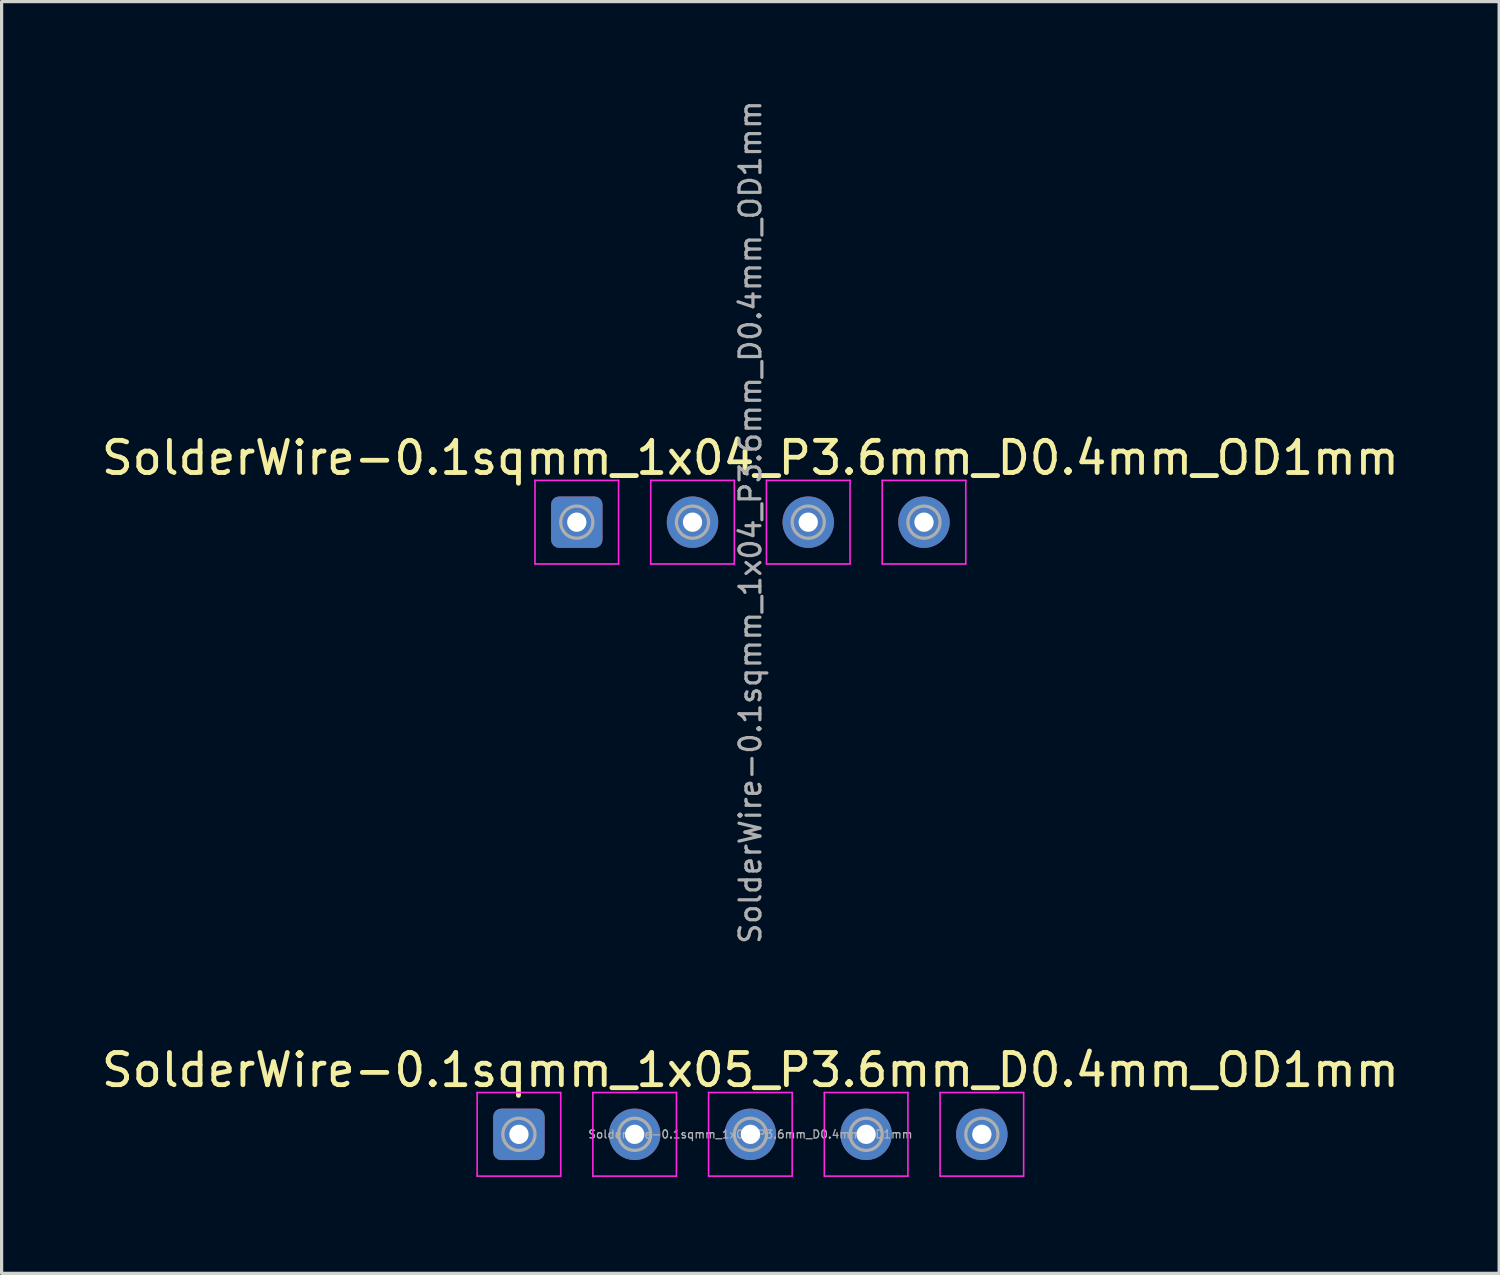
<source format=kicad_pcb>
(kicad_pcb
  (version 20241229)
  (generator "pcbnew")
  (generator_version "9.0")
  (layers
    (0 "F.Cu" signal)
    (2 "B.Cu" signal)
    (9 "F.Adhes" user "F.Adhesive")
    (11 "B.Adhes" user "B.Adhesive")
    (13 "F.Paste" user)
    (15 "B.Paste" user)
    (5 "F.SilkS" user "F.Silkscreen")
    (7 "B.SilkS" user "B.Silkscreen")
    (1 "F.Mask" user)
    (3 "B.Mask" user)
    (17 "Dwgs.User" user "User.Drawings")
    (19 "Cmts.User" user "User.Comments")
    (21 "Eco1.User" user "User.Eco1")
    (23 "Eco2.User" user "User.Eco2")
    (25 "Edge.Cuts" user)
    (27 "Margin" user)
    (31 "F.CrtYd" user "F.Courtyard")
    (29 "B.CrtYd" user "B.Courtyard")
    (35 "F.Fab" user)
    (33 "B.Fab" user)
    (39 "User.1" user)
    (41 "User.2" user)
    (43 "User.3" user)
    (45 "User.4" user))
  (footprint "SolderWire-0.1sqmm_1x05_P3.6mm_D0.4mm_OD1mm"
    (layer "F.Cu")
    (at 13.092 32.235)
    (property "Reference" "SolderWire-0.1sqmm_1x05_P3.6mm_D0.4mm_OD1mm" (at 7.2 -2 0) (layer "F.SilkS") (effects (font (size 1 1) (thickness 0.15))))
    (attr exclude_from_pos_files exclude_from_bom)
    (fp_line (start -1.3 -1.3) (end -1.3 1.3) (stroke (width 0.05) (type solid)) (layer "F.CrtYd"))
    (fp_line (start -1.3 1.3) (end 1.3 1.3) (stroke (width 0.05) (type solid)) (layer "F.CrtYd"))
    (fp_line (start 1.3 -1.3) (end -1.3 -1.3) (stroke (width 0.05) (type solid)) (layer "F.CrtYd"))
    (fp_line (start 1.3 1.3) (end 1.3 -1.3) (stroke (width 0.05) (type solid)) (layer "F.CrtYd"))
    (fp_line (start 2.3 -1.3) (end 2.3 1.3) (stroke (width 0.05) (type solid)) (layer "F.CrtYd"))
    (fp_line (start 2.3 1.3) (end 4.9 1.3) (stroke (width 0.05) (type solid)) (layer "F.CrtYd"))
    (fp_line (start 4.9 -1.3) (end 2.3 -1.3) (stroke (width 0.05) (type solid)) (layer "F.CrtYd"))
    (fp_line (start 4.9 1.3) (end 4.9 -1.3) (stroke (width 0.05) (type solid)) (layer "F.CrtYd"))
    (fp_line (start 5.9 -1.3) (end 5.9 1.3) (stroke (width 0.05) (type solid)) (layer "F.CrtYd"))
    (fp_line (start 5.9 1.3) (end 8.5 1.3) (stroke (width 0.05) (type solid)) (layer "F.CrtYd"))
    (fp_line (start 8.5 -1.3) (end 5.9 -1.3) (stroke (width 0.05) (type solid)) (layer "F.CrtYd"))
    (fp_line (start 8.5 1.3) (end 8.5 -1.3) (stroke (width 0.05) (type solid)) (layer "F.CrtYd"))
    (fp_line (start 9.5 -1.3) (end 9.5 1.3) (stroke (width 0.05) (type solid)) (layer "F.CrtYd"))
    (fp_line (start 9.5 1.3) (end 12.1 1.3) (stroke (width 0.05) (type solid)) (layer "F.CrtYd"))
    (fp_line (start 12.1 -1.3) (end 9.5 -1.3) (stroke (width 0.05) (type solid)) (layer "F.CrtYd"))
    (fp_line (start 12.1 1.3) (end 12.1 -1.3) (stroke (width 0.05) (type solid)) (layer "F.CrtYd"))
    (fp_line (start 13.1 -1.3) (end 13.1 1.3) (stroke (width 0.05) (type solid)) (layer "F.CrtYd"))
    (fp_line (start 13.1 1.3) (end 15.7 1.3) (stroke (width 0.05) (type solid)) (layer "F.CrtYd"))
    (fp_line (start 15.7 -1.3) (end 13.1 -1.3) (stroke (width 0.05) (type solid)) (layer "F.CrtYd"))
    (fp_line (start 15.7 1.3) (end 15.7 -1.3) (stroke (width 0.05) (type solid)) (layer "F.CrtYd"))
    (fp_circle (center 0 0) (end 0.5 0) (stroke (width 0.1) (type solid)) (fill no) (layer "F.Fab"))
    (fp_circle (center 3.6 0) (end 4.1 0) (stroke (width 0.1) (type solid)) (fill no) (layer "F.Fab"))
    (fp_circle (center 7.2 0) (end 7.7 0) (stroke (width 0.1) (type solid)) (fill no) (layer "F.Fab"))
    (fp_circle (center 10.8 0) (end 11.3 0) (stroke (width 0.1) (type solid)) (fill no) (layer "F.Fab"))
    (fp_circle (center 14.4 0) (end 14.9 0) (stroke (width 0.1) (type solid)) (fill no) (layer "F.Fab"))
    (fp_text user "${REFERENCE}" (at 7.2 0 0) (layer "F.Fab") (effects (font (size 0.25 0.25) (thickness 0.04))))
    (pad "1" thru_hole roundrect (at 0 0) (size 1.6 1.6) (drill 0.6) (layers "*.Cu" "*.Mask") (roundrect_rratio 0.156))
    (pad "2" thru_hole circle (at 3.6 0) (size 1.6 1.6) (drill 0.6) (layers "*.Cu" "*.Mask"))
    (pad "3" thru_hole circle (at 7.2 0) (size 1.6 1.6) (drill 0.6) (layers "*.Cu" "*.Mask"))
    (pad "4" thru_hole circle (at 10.8 0) (size 1.6 1.6) (drill 0.6) (layers "*.Cu" "*.Mask"))
    (pad "5" thru_hole circle (at 14.4 0) (size 1.6 1.6) (drill 0.6) (layers "*.Cu" "*.Mask")))
  (footprint "SolderWire-0.1sqmm_1x04_P3.6mm_D0.4mm_OD1mm"
    (layer "F.Cu")
    (at 14.892 13.193)
    (property "Reference" "SolderWire-0.1sqmm_1x04_P3.6mm_D0.4mm_OD1mm" (at 5.4 -2 0) (layer "F.SilkS") (effects (font (size 1 1) (thickness 0.15))))
    (attr exclude_from_pos_files exclude_from_bom)
    (fp_line (start -1.3 -1.3) (end -1.3 1.3) (stroke (width 0.05) (type solid)) (layer "F.CrtYd"))
    (fp_line (start -1.3 1.3) (end 1.3 1.3) (stroke (width 0.05) (type solid)) (layer "F.CrtYd"))
    (fp_line (start 1.3 -1.3) (end -1.3 -1.3) (stroke (width 0.05) (type solid)) (layer "F.CrtYd"))
    (fp_line (start 1.3 1.3) (end 1.3 -1.3) (stroke (width 0.05) (type solid)) (layer "F.CrtYd"))
    (fp_line (start 2.3 -1.3) (end 2.3 1.3) (stroke (width 0.05) (type solid)) (layer "F.CrtYd"))
    (fp_line (start 2.3 1.3) (end 4.9 1.3) (stroke (width 0.05) (type solid)) (layer "F.CrtYd"))
    (fp_line (start 4.9 -1.3) (end 2.3 -1.3) (stroke (width 0.05) (type solid)) (layer "F.CrtYd"))
    (fp_line (start 4.9 1.3) (end 4.9 -1.3) (stroke (width 0.05) (type solid)) (layer "F.CrtYd"))
    (fp_line (start 5.9 -1.3) (end 5.9 1.3) (stroke (width 0.05) (type solid)) (layer "F.CrtYd"))
    (fp_line (start 5.9 1.3) (end 8.5 1.3) (stroke (width 0.05) (type solid)) (layer "F.CrtYd"))
    (fp_line (start 8.5 -1.3) (end 5.9 -1.3) (stroke (width 0.05) (type solid)) (layer "F.CrtYd"))
    (fp_line (start 8.5 1.3) (end 8.5 -1.3) (stroke (width 0.05) (type solid)) (layer "F.CrtYd"))
    (fp_line (start 9.5 -1.3) (end 9.5 1.3) (stroke (width 0.05) (type solid)) (layer "F.CrtYd"))
    (fp_line (start 9.5 1.3) (end 12.1 1.3) (stroke (width 0.05) (type solid)) (layer "F.CrtYd"))
    (fp_line (start 12.1 -1.3) (end 9.5 -1.3) (stroke (width 0.05) (type solid)) (layer "F.CrtYd"))
    (fp_line (start 12.1 1.3) (end 12.1 -1.3) (stroke (width 0.05) (type solid)) (layer "F.CrtYd"))
    (fp_circle (center 0 0) (end 0.5 0) (stroke (width 0.1) (type solid)) (fill no) (layer "F.Fab"))
    (fp_circle (center 3.6 0) (end 4.1 0) (stroke (width 0.1) (type solid)) (fill no) (layer "F.Fab"))
    (fp_circle (center 7.2 0) (end 7.7 0) (stroke (width 0.1) (type solid)) (fill no) (layer "F.Fab"))
    (fp_circle (center 10.8 0) (end 11.3 0) (stroke (width 0.1) (type solid)) (fill no) (layer "F.Fab"))
    (fp_text user "${REFERENCE}" (at 5.4 0 90) (layer "F.Fab") (effects (font (size 0.65 0.65) (thickness 0.1))))
    (pad "1" thru_hole roundrect (at 0 0) (size 1.6 1.6) (drill 0.6) (layers "*.Cu" "*.Mask") (roundrect_rratio 0.156))
    (pad "2" thru_hole circle (at 3.6 0) (size 1.6 1.6) (drill 0.6) (layers "*.Cu" "*.Mask"))
    (pad "3" thru_hole circle (at 7.2 0) (size 1.6 1.6) (drill 0.6) (layers "*.Cu" "*.Mask"))
    (pad "4" thru_hole circle (at 10.8 0) (size 1.6 1.6) (drill 0.6) (layers "*.Cu" "*.Mask")))
  (gr_rect
    (start -3 -3)
    (end 43.583 36.56)
    (stroke (width 0.1) (type default))
    (fill no)
    (layer "Edge.Cuts")))
</source>
